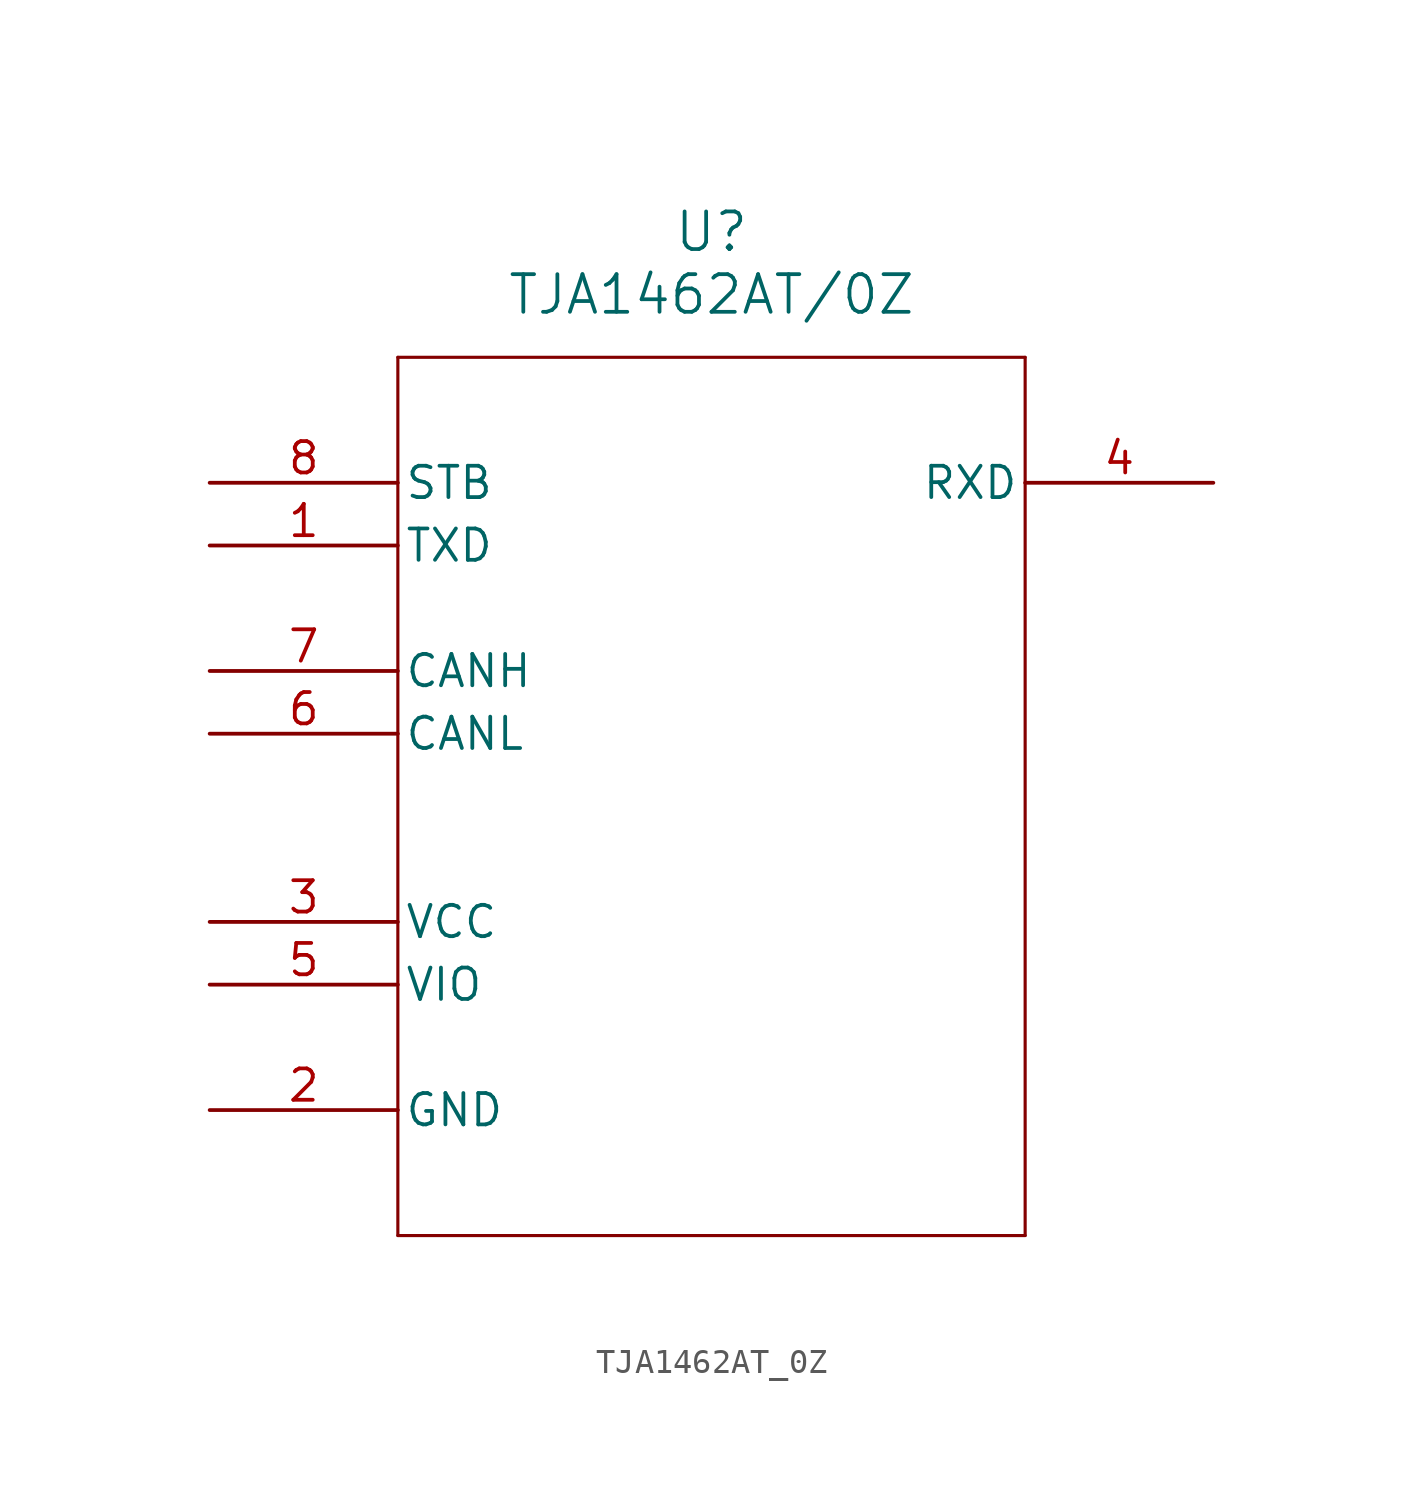
<source format=kicad_sym>
(kicad_symbol_lib
  (version 20211014)
  (generator kicad_symbol_editor)
  (symbol "TJA1462AT_0Z"
    (pin_names
      (offset 0.254))
    (property "Reference" "U"
      (at 20.32 10.16 0)
      (effects (font (size 1.524 1.524))))
    (property "Value" "TJA1462AT/0Z"
      (at 20.32 7.62 0)
      (effects (font (size 1.524 1.524))))
    (symbol "TJA1462AT_0Z_0_1"
      (polyline (pts (xy 7.62 5.08) (xy 7.62 -30.48)) (stroke (width 0.127) (type default) (color 0 0 0 0)) (fill (type none)))
      (polyline (pts (xy 7.62 -30.48) (xy 33.02 -30.48)) (stroke (width 0.127) (type default) (color 0 0 0 0)) (fill (type none)))
      (polyline (pts (xy 33.02 -30.48) (xy 33.02 5.08)) (stroke (width 0.127) (type default) (color 0 0 0 0)) (fill (type none)))
      (polyline (pts (xy 33.02 5.08) (xy 7.62 5.08)) (stroke (width 0.127) (type default) (color 0 0 0 0)) (fill (type none)))
      (pin input line (at 0 -2.54 0) (length 7.62) (name "TXD" (effects (font (size 1.27 1.27)))) (number "1" (effects (font (size 1.27 1.27)))))
      (pin power_out line (at 0 -25.4 0) (length 7.62) (name "GND" (effects (font (size 1.27 1.27)))) (number "2" (effects (font (size 1.27 1.27)))))
      (pin power_in line (at 0 -17.78 0) (length 7.62) (name "VCC" (effects (font (size 1.27 1.27)))) (number "3" (effects (font (size 1.27 1.27)))))
      (pin output line (at 40.64 0 180) (length 7.62) (name "RXD" (effects (font (size 1.27 1.27)))) (number "4" (effects (font (size 1.27 1.27)))))
      (pin power_in line (at 0 -20.32 0) (length 7.62) (name "VIO" (effects (font (size 1.27 1.27)))) (number "5" (effects (font (size 1.27 1.27)))))
      (pin bidirectional line (at 0 -10.16 0) (length 7.62) (name "CANL" (effects (font (size 1.27 1.27)))) (number "6" (effects (font (size 1.27 1.27)))))
      (pin bidirectional line (at 0 -7.62 0) (length 7.62) (name "CANH" (effects (font (size 1.27 1.27)))) (number "7" (effects (font (size 1.27 1.27)))))
      (pin input line (at 0 0 0) (length 7.62) (name "STB" (effects (font (size 1.27 1.27)))) (number "8" (effects (font (size 1.27 1.27))))))))
</source>
